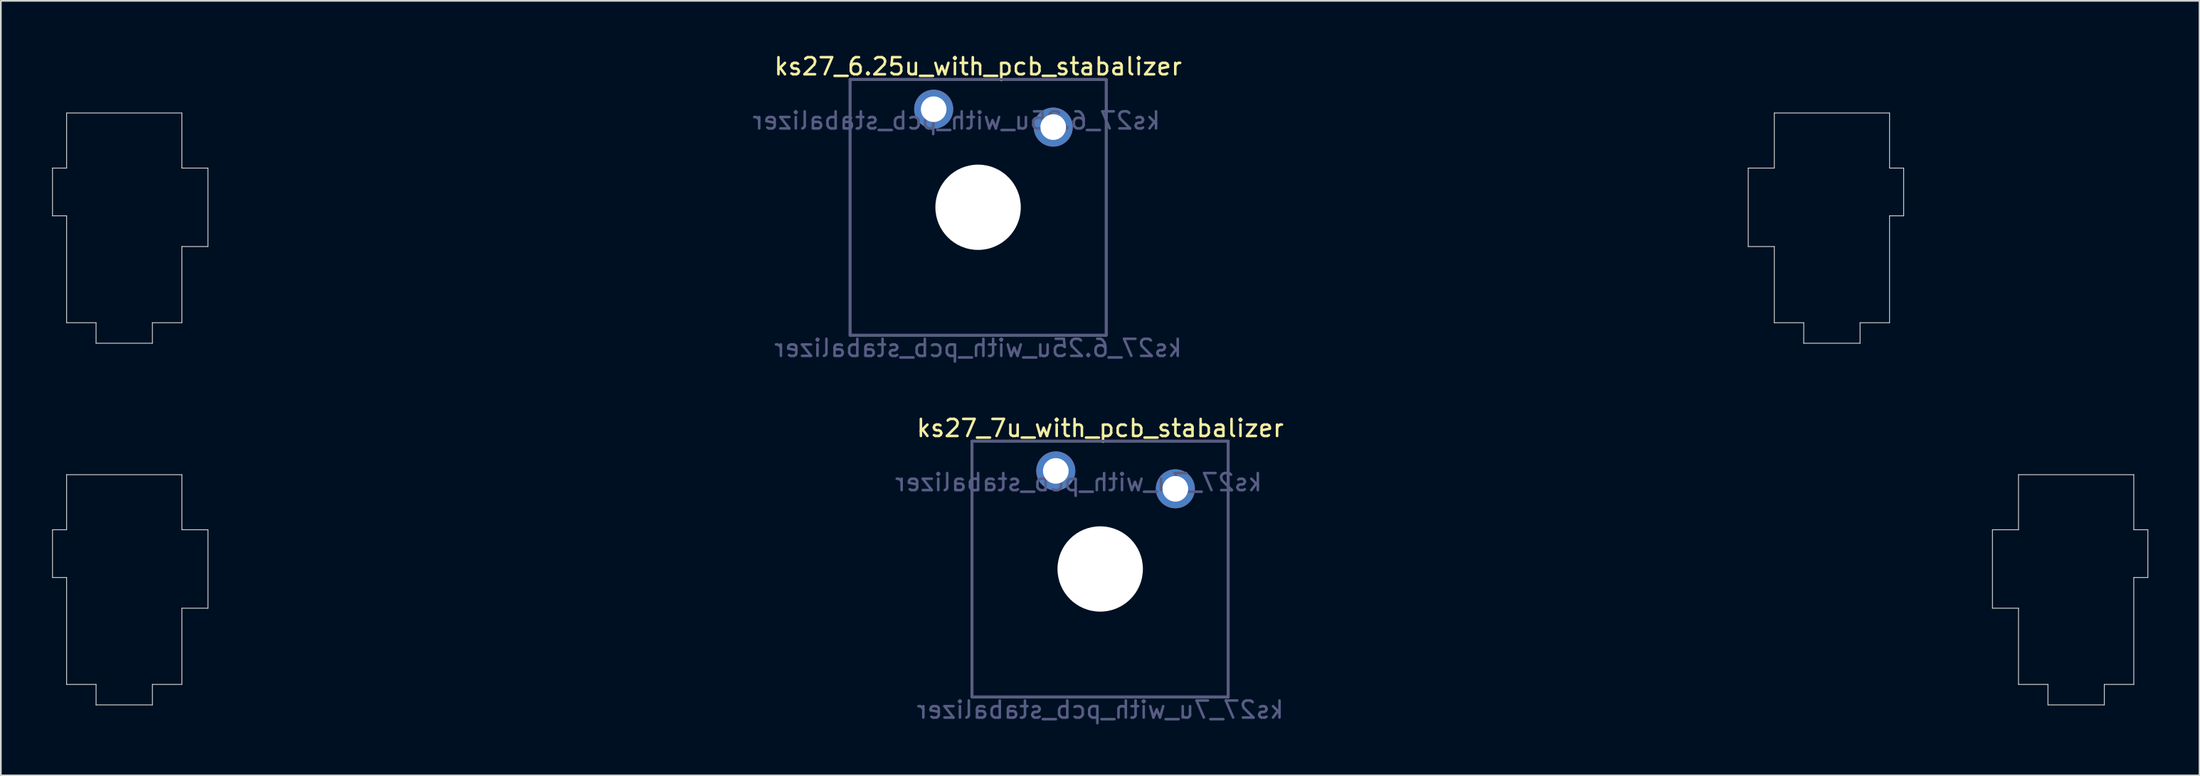
<source format=kicad_pcb>
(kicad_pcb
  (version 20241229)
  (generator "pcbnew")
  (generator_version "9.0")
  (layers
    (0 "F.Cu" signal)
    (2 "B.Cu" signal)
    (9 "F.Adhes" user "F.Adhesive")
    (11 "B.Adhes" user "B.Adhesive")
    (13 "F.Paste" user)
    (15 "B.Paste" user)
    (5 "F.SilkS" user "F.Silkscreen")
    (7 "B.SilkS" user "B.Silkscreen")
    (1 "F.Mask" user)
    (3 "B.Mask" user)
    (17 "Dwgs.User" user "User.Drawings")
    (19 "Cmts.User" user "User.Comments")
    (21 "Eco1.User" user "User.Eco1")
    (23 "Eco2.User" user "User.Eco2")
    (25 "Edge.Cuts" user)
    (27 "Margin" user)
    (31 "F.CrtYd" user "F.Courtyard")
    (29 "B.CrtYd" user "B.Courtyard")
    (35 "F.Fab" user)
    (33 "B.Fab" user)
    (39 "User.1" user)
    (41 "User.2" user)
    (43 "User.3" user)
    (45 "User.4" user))
  (footprint "ks27_7u_with_pcb_stabalizer"
    (layer "F.Cu")
    (at 61.376 30.31)
    (property "Reference" "ks27_7u_with_pcb_stabalizer" (at 0 -8.255 0) (layer "F.SilkS") (effects (font (size 1 1) (thickness 0.15))))
    (property "Value" "ks27_7u_with_pcb_stabalizer" (at 0 8.255 0) (layer "F.Fab") (hide yes) (effects (font (size 1 1) (thickness 0.15))))
    (attr smd)
    (fp_line (start -61.351 -2.299) (end -60.526 -2.299) (stroke (width 0.05) (type solid)) (layer "Edge.Cuts"))
    (fp_line (start -61.351 0.5) (end -61.351 -2.299) (stroke (width 0.05) (type solid)) (layer "Edge.Cuts"))
    (fp_line (start -60.526 -5.529) (end -53.775 -5.529) (stroke (width 0.05) (type solid)) (layer "Edge.Cuts"))
    (fp_line (start -60.526 -2.299) (end -60.526 -5.529) (stroke (width 0.05) (type solid)) (layer "Edge.Cuts"))
    (fp_line (start -60.526 0.5) (end -61.351 0.5) (stroke (width 0.05) (type solid)) (layer "Edge.Cuts"))
    (fp_line (start -60.526 6.77) (end -60.526 0.5) (stroke (width 0.05) (type solid)) (layer "Edge.Cuts"))
    (fp_line (start -58.8 6.77) (end -60.526 6.77) (stroke (width 0.05) (type solid)) (layer "Edge.Cuts"))
    (fp_line (start -58.8 7.97) (end -58.8 6.77) (stroke (width 0.05) (type solid)) (layer "Edge.Cuts"))
    (fp_line (start -55.501 6.77) (end -55.501 7.97) (stroke (width 0.05) (type solid)) (layer "Edge.Cuts"))
    (fp_line (start -55.501 7.97) (end -58.8 7.97) (stroke (width 0.05) (type solid)) (layer "Edge.Cuts"))
    (fp_line (start -53.775 -5.529) (end -53.775 -2.299) (stroke (width 0.05) (type solid)) (layer "Edge.Cuts"))
    (fp_line (start -53.775 -2.299) (end -52.248 -2.299) (stroke (width 0.05) (type solid)) (layer "Edge.Cuts"))
    (fp_line (start -53.775 2.301) (end -53.775 6.77) (stroke (width 0.05) (type solid)) (layer "Edge.Cuts"))
    (fp_line (start -53.775 6.77) (end -55.501 6.77) (stroke (width 0.05) (type solid)) (layer "Edge.Cuts"))
    (fp_line (start -52.248 -2.299) (end -52.248 2.301) (stroke (width 0.05) (type solid)) (layer "Edge.Cuts"))
    (fp_line (start -52.248 2.301) (end -53.775 2.301) (stroke (width 0.05) (type solid)) (layer "Edge.Cuts"))
    (fp_line (start 52.249 -2.299) (end 53.775 -2.299) (stroke (width 0.05) (type solid)) (layer "Edge.Cuts"))
    (fp_line (start 52.249 2.301) (end 52.249 -2.299) (stroke (width 0.05) (type solid)) (layer "Edge.Cuts"))
    (fp_line (start 53.775 -5.529) (end 60.526 -5.529) (stroke (width 0.05) (type solid)) (layer "Edge.Cuts"))
    (fp_line (start 53.775 -2.299) (end 53.775 -5.529) (stroke (width 0.05) (type solid)) (layer "Edge.Cuts"))
    (fp_line (start 53.775 2.301) (end 52.249 2.301) (stroke (width 0.05) (type solid)) (layer "Edge.Cuts"))
    (fp_line (start 53.775 6.77) (end 53.775 2.301) (stroke (width 0.05) (type solid)) (layer "Edge.Cuts"))
    (fp_line (start 55.5 6.77) (end 53.775 6.77) (stroke (width 0.05) (type solid)) (layer "Edge.Cuts"))
    (fp_line (start 55.5 7.97) (end 55.5 6.77) (stroke (width 0.05) (type solid)) (layer "Edge.Cuts"))
    (fp_line (start 58.8 6.77) (end 58.8 7.97) (stroke (width 0.05) (type solid)) (layer "Edge.Cuts"))
    (fp_line (start 58.8 7.97) (end 55.5 7.97) (stroke (width 0.05) (type solid)) (layer "Edge.Cuts"))
    (fp_line (start 60.526 -5.529) (end 60.526 -2.299) (stroke (width 0.05) (type solid)) (layer "Edge.Cuts"))
    (fp_line (start 60.526 -2.299) (end 61.35 -2.299) (stroke (width 0.05) (type solid)) (layer "Edge.Cuts"))
    (fp_line (start 60.526 0.5) (end 60.526 6.77) (stroke (width 0.05) (type solid)) (layer "Edge.Cuts"))
    (fp_line (start 60.526 6.77) (end 58.8 6.77) (stroke (width 0.05) (type solid)) (layer "Edge.Cuts"))
    (fp_line (start 61.35 -2.299) (end 61.35 0.5) (stroke (width 0.05) (type solid)) (layer "Edge.Cuts"))
    (fp_line (start 61.35 0.5) (end 60.526 0.5) (stroke (width 0.05) (type solid)) (layer "Edge.Cuts"))
    (fp_line (start -7.5 -7.5) (end 7.5 -7.5) (stroke (width 0.15) (type solid)) (layer "B.Fab"))
    (fp_line (start -7.5 7.5) (end -7.5 -7.5) (stroke (width 0.15) (type solid)) (layer "B.Fab"))
    (fp_line (start 7.5 -7.5) (end 7.5 7.5) (stroke (width 0.15) (type solid)) (layer "B.Fab"))
    (fp_line (start 7.5 7.5) (end -7.5 7.5) (stroke (width 0.15) (type solid)) (layer "B.Fab"))
    (fp_line (start -7.5 -7.5) (end 7.5 -7.5) (stroke (width 0.15) (type solid)) (layer "F.Fab"))
    (fp_line (start -7.5 7.5) (end -7.5 -7.5) (stroke (width 0.15) (type solid)) (layer "F.Fab"))
    (fp_line (start 7.5 -7.5) (end 7.5 7.5) (stroke (width 0.15) (type solid)) (layer "F.Fab"))
    (fp_line (start 7.5 7.5) (end -7.5 7.5) (stroke (width 0.15) (type solid)) (layer "F.Fab"))
    (fp_text user "${VALUE}" (at 0 8.255 0) (layer "B.Fab") (effects (font (size 1 1) (thickness 0.15)) (justify mirror)))
    (fp_text user "${REFERENCE}" (at -1.27 -5.08 0) (layer "B.Fab") (effects (font (size 1 1) (thickness 0.15)) (justify mirror)))
    (pad "" np_thru_hole circle (at 0 0) (size 5 5) (drill 5) (layers "*.Cu" "*.Mask"))
    (pad "1" thru_hole circle (at -2.6 -5.75) (size 2.286 2.286) (drill 1.5) (layers "*.Cu" "*.Mask"))
    (pad "2" thru_hole circle (at 4.4 -4.7) (size 2.286 2.286) (drill 1.5) (layers "*.Cu" "*.Mask")))
  (footprint "ks27_6.25u_with_pcb_stabalizer"
    (layer "F.Cu")
    (at 54.225 9.103)
    (property "Reference" "ks27_6.25u_with_pcb_stabalizer" (at 0 -8.255 0) (layer "F.SilkS") (effects (font (size 1 1) (thickness 0.15))))
    (property "Value" "ks27_6.25u_with_pcb_stabalizer" (at 0 8.255 0) (layer "F.Fab") (hide yes) (effects (font (size 1 1) (thickness 0.15))))
    (attr smd)
    (fp_line (start -54.2 -2.299) (end -53.375 -2.299) (stroke (width 0.05) (type solid)) (layer "Edge.Cuts"))
    (fp_line (start -54.2 0.499) (end -54.2 -2.299) (stroke (width 0.05) (type solid)) (layer "Edge.Cuts"))
    (fp_line (start -53.375 -5.529) (end -46.625 -5.529) (stroke (width 0.05) (type solid)) (layer "Edge.Cuts"))
    (fp_line (start -53.375 -2.299) (end -53.375 -5.529) (stroke (width 0.05) (type solid)) (layer "Edge.Cuts"))
    (fp_line (start -53.375 0.499) (end -54.2 0.499) (stroke (width 0.05) (type solid)) (layer "Edge.Cuts"))
    (fp_line (start -53.375 6.769) (end -53.375 0.499) (stroke (width 0.05) (type solid)) (layer "Edge.Cuts"))
    (fp_line (start -51.65 6.769) (end -53.375 6.769) (stroke (width 0.05) (type solid)) (layer "Edge.Cuts"))
    (fp_line (start -51.65 7.97) (end -51.65 6.769) (stroke (width 0.05) (type solid)) (layer "Edge.Cuts"))
    (fp_line (start -48.351 6.769) (end -48.351 7.97) (stroke (width 0.05) (type solid)) (layer "Edge.Cuts"))
    (fp_line (start -48.351 7.97) (end -51.65 7.97) (stroke (width 0.05) (type solid)) (layer "Edge.Cuts"))
    (fp_line (start -46.625 -5.529) (end -46.625 -2.299) (stroke (width 0.05) (type solid)) (layer "Edge.Cuts"))
    (fp_line (start -46.625 -2.299) (end -45.099 -2.299) (stroke (width 0.05) (type solid)) (layer "Edge.Cuts"))
    (fp_line (start -46.625 2.301) (end -46.625 6.769) (stroke (width 0.05) (type solid)) (layer "Edge.Cuts"))
    (fp_line (start -46.625 6.769) (end -48.351 6.769) (stroke (width 0.05) (type solid)) (layer "Edge.Cuts"))
    (fp_line (start -45.099 -2.299) (end -45.099 2.301) (stroke (width 0.05) (type solid)) (layer "Edge.Cuts"))
    (fp_line (start -45.099 2.301) (end -46.625 2.301) (stroke (width 0.05) (type solid)) (layer "Edge.Cuts"))
    (fp_line (start 45.099 -2.299) (end 46.625 -2.299) (stroke (width 0.05) (type solid)) (layer "Edge.Cuts"))
    (fp_line (start 45.099 2.301) (end 45.099 -2.299) (stroke (width 0.05) (type solid)) (layer "Edge.Cuts"))
    (fp_line (start 46.625 -5.529) (end 53.374 -5.529) (stroke (width 0.05) (type solid)) (layer "Edge.Cuts"))
    (fp_line (start 46.625 -2.299) (end 46.625 -5.529) (stroke (width 0.05) (type solid)) (layer "Edge.Cuts"))
    (fp_line (start 46.625 2.301) (end 45.099 2.301) (stroke (width 0.05) (type solid)) (layer "Edge.Cuts"))
    (fp_line (start 46.625 6.769) (end 46.625 2.301) (stroke (width 0.05) (type solid)) (layer "Edge.Cuts"))
    (fp_line (start 48.349 6.769) (end 46.625 6.769) (stroke (width 0.05) (type solid)) (layer "Edge.Cuts"))
    (fp_line (start 48.349 7.97) (end 48.349 6.769) (stroke (width 0.05) (type solid)) (layer "Edge.Cuts"))
    (fp_line (start 51.649 6.769) (end 51.649 7.97) (stroke (width 0.05) (type solid)) (layer "Edge.Cuts"))
    (fp_line (start 51.649 7.97) (end 48.349 7.97) (stroke (width 0.05) (type solid)) (layer "Edge.Cuts"))
    (fp_line (start 53.374 -5.529) (end 53.374 -2.299) (stroke (width 0.05) (type solid)) (layer "Edge.Cuts"))
    (fp_line (start 53.374 -2.299) (end 54.2 -2.299) (stroke (width 0.05) (type solid)) (layer "Edge.Cuts"))
    (fp_line (start 53.374 0.499) (end 53.374 6.769) (stroke (width 0.05) (type solid)) (layer "Edge.Cuts"))
    (fp_line (start 53.374 6.769) (end 51.649 6.769) (stroke (width 0.05) (type solid)) (layer "Edge.Cuts"))
    (fp_line (start 54.2 -2.299) (end 54.2 0.499) (stroke (width 0.05) (type solid)) (layer "Edge.Cuts"))
    (fp_line (start 54.2 0.499) (end 53.374 0.499) (stroke (width 0.05) (type solid)) (layer "Edge.Cuts"))
    (fp_circle (center -0.000049 0) (end 2.291 0) (stroke (width 0.05) (type solid)) (fill no) (layer "Edge.Cuts"))
    (fp_line (start -7.5 -7.5) (end 7.5 -7.5) (stroke (width 0.15) (type solid)) (layer "B.Fab"))
    (fp_line (start -7.5 7.5) (end -7.5 -7.5) (stroke (width 0.15) (type solid)) (layer "B.Fab"))
    (fp_line (start 7.5 -7.5) (end 7.5 7.5) (stroke (width 0.15) (type solid)) (layer "B.Fab"))
    (fp_line (start 7.5 7.5) (end -7.5 7.5) (stroke (width 0.15) (type solid)) (layer "B.Fab"))
    (fp_line (start -7.5 -7.5) (end 7.5 -7.5) (stroke (width 0.15) (type solid)) (layer "F.Fab"))
    (fp_line (start -7.5 7.5) (end -7.5 -7.5) (stroke (width 0.15) (type solid)) (layer "F.Fab"))
    (fp_line (start 7.5 -7.5) (end 7.5 7.5) (stroke (width 0.15) (type solid)) (layer "F.Fab"))
    (fp_line (start 7.5 7.5) (end -7.5 7.5) (stroke (width 0.15) (type solid)) (layer "F.Fab"))
    (fp_text user "${VALUE}" (at 0 8.255 0) (layer "B.Fab") (effects (font (size 1 1) (thickness 0.15)) (justify mirror)))
    (fp_text user "${REFERENCE}" (at -1.27 -5.08 0) (layer "B.Fab") (effects (font (size 1 1) (thickness 0.15)) (justify mirror)))
    (pad "" np_thru_hole circle (at 0 0) (size 5 5) (drill 5) (layers "*.Cu" "*.Mask"))
    (pad "1" thru_hole circle (at -2.6 -5.75) (size 2.286 2.286) (drill 1.5) (layers "*.Cu" "*.Mask"))
    (pad "2" thru_hole circle (at 4.4 -4.7) (size 2.286 2.286) (drill 1.5) (layers "*.Cu" "*.Mask")))
  (gr_rect
    (start -3 -3)
    (end 125.751 42.413)
    (stroke (width 0.1) (type default))
    (fill no)
    (layer "Edge.Cuts")))
</source>
